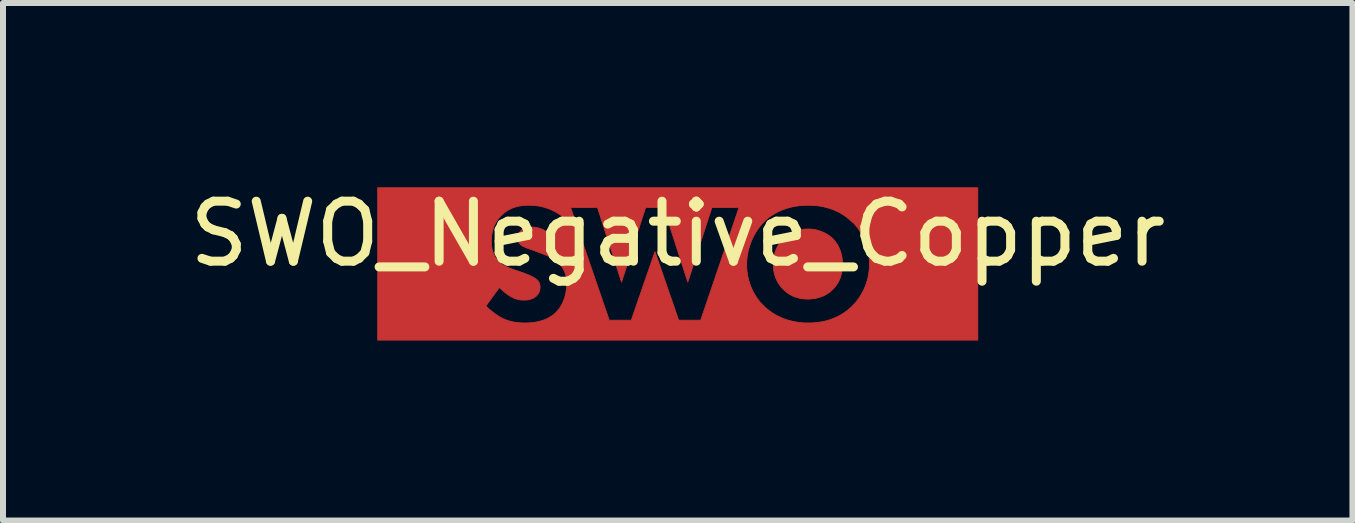
<source format=kicad_pcb>
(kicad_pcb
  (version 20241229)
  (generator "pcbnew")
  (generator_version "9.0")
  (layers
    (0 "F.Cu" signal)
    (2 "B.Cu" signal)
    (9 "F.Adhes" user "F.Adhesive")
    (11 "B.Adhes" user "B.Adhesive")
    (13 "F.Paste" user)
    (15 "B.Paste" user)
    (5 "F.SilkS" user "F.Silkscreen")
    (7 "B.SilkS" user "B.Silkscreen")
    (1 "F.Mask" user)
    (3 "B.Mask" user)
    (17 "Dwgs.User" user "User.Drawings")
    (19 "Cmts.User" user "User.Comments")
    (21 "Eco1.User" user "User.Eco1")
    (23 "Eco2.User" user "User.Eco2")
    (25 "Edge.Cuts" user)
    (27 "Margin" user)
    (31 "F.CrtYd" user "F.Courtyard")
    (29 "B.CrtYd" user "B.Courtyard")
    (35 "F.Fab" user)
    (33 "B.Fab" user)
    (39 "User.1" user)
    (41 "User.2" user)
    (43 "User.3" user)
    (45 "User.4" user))
  (footprint "SWO_Negative_Copper"
    (layer "F.Cu")
    (at 8.244 1.348)
    (property "Reference" "SWO_Negative_Copper" (at 0 -0.5 0) (unlocked yes) (layer "F.SilkS") (effects (font (size 1 1) (thickness 0.15))))
    (fp_poly (pts (xy 2.201 -0.581) (xy 2.232 -0.579) (xy 2.263 -0.575) (xy 2.294 -0.57) (xy 2.323 -0.563) (xy 2.352 -0.555) (xy 2.38 -0.546) (xy 2.407 -0.535) (xy 2.433 -0.524) (xy 2.458 -0.511) (xy 2.482 -0.498) (xy 2.505 -0.484) (xy 2.527 -0.469) (xy 2.548 -0.453) (xy 2.567 -0.437) (xy 2.585 -0.42) (xy 2.6 -0.403) (xy 2.616 -0.385) (xy 2.631 -0.366) (xy 2.646 -0.345) (xy 2.66 -0.323) (xy 2.673 -0.3) (xy 2.686 -0.275) (xy 2.698 -0.249) (xy 2.708 -0.222) (xy 2.718 -0.193) (xy 2.726 -0.164) (xy 2.734 -0.133) (xy 2.739 -0.1) (xy 2.743 -0.067) (xy 2.746 -0.032) (xy 2.747 0.004) (xy 2.747 0.023) (xy 2.746 0.043) (xy 2.745 0.062) (xy 2.743 0.08) (xy 2.741 0.099) (xy 2.738 0.116) (xy 2.735 0.133) (xy 2.732 0.15) (xy 2.728 0.166) (xy 2.724 0.182) (xy 2.72 0.197) (xy 2.715 0.212) (xy 2.705 0.241) (xy 2.694 0.268) (xy 2.681 0.293) (xy 2.669 0.316) (xy 2.655 0.338) (xy 2.641 0.358) (xy 2.627 0.377) (xy 2.613 0.394) (xy 2.599 0.409) (xy 2.585 0.423) (xy 2.568 0.44) (xy 2.549 0.457) (xy 2.53 0.472) (xy 2.509 0.487) (xy 2.487 0.502) (xy 2.464 0.515) (xy 2.44 0.527) (xy 2.415 0.539) (xy 2.388 0.549) (xy 2.361 0.558) (xy 2.332 0.566) (xy 2.301 0.573) (xy 2.27 0.578) (xy 2.237 0.582) (xy 2.204 0.585) (xy 2.168 0.586) (xy 2.141 0.585) (xy 2.115 0.584) (xy 2.088 0.581) (xy 2.061 0.578) (xy 2.035 0.573) (xy 2.009 0.567) (xy 1.984 0.56) (xy 1.958 0.552) (xy 1.933 0.542) (xy 1.908 0.531) (xy 1.884 0.518) (xy 1.859 0.504) (xy 1.836 0.488) (xy 1.812 0.47) (xy 1.789 0.451) (xy 1.766 0.43) (xy 1.745 0.409) (xy 1.725 0.387) (xy 1.707 0.364) (xy 1.69 0.341) (xy 1.675 0.317) (xy 1.66 0.292) (xy 1.648 0.267) (xy 1.636 0.241) (xy 1.626 0.215) (xy 1.617 0.187) (xy 1.61 0.159) (xy 1.604 0.13) (xy 1.599 0.101) (xy 1.596 0.07) (xy 1.594 0.039) (xy 1.593 0.007) (xy 1.594 -0.012) (xy 1.594 -0.031) (xy 1.596 -0.05) (xy 1.597 -0.068) (xy 1.599 -0.086) (xy 1.602 -0.103) (xy 1.605 -0.12) (xy 1.608 -0.137) (xy 1.616 -0.169) (xy 1.624 -0.199) (xy 1.635 -0.228) (xy 1.646 -0.255) (xy 1.658 -0.281) (xy 1.671 -0.306) (xy 1.685 -0.328) (xy 1.699 -0.35) (xy 1.714 -0.369) (xy 1.729 -0.388) (xy 1.744 -0.405) (xy 1.759 -0.42) (xy 1.756 -0.42) (xy 1.775 -0.438) (xy 1.796 -0.456) (xy 1.817 -0.473) (xy 1.839 -0.488) (xy 1.862 -0.503) (xy 1.886 -0.516) (xy 1.91 -0.528) (xy 1.936 -0.539) (xy 1.962 -0.549) (xy 1.989 -0.558) (xy 2.017 -0.565) (xy 2.045 -0.571) (xy 2.075 -0.576) (xy 2.105 -0.579) (xy 2.136 -0.581) (xy 2.168 -0.582)) (stroke (width 0.013) (type solid)) (fill yes) (layer "F.Cu"))
    (fp_poly (pts (xy 5.001 1.27) (xy -5 1.27) (xy -5 0.702) (xy -3.197 0.702) (xy -3.169 0.729) (xy -3.138 0.757) (xy -3.104 0.785) (xy -3.069 0.812) (xy -3.032 0.839) (xy -3.014 0.852) (xy -2.995 0.864) (xy -2.977 0.875) (xy -2.958 0.887) (xy -2.94 0.897) (xy -2.922 0.907) (xy -2.9 0.917) (xy -2.877 0.926) (xy -2.855 0.935) (xy -2.832 0.943) (xy -2.809 0.95) (xy -2.786 0.956) (xy -2.764 0.962) (xy -2.74 0.967) (xy -2.717 0.971) (xy -2.694 0.975) (xy -2.67 0.978) (xy -2.646 0.98) (xy -2.622 0.982) (xy -2.598 0.983) (xy -2.573 0.984) (xy -2.548 0.984) (xy -2.497 0.983) (xy -2.467 0.982) (xy -2.436 0.979) (xy -2.403 0.976) (xy -2.369 0.97) (xy -2.334 0.964) (xy -2.298 0.955) (xy -2.261 0.944) (xy -2.224 0.932) (xy -2.188 0.916) (xy -2.151 0.898) (xy -2.116 0.877) (xy -2.098 0.865) (xy -2.081 0.853) (xy -2.064 0.839) (xy -2.047 0.825) (xy -2.031 0.81) (xy -2.015 0.794) (xy -1.997 0.774) (xy -1.98 0.752) (xy -1.964 0.729) (xy -1.948 0.705) (xy -1.933 0.679) (xy -1.92 0.653) (xy -1.907 0.625) (xy -1.896 0.595) (xy -1.885 0.565) (xy -1.876 0.534) (xy -1.868 0.501) (xy -1.862 0.468) (xy -1.857 0.434) (xy -1.853 0.4) (xy -1.85 0.364) (xy -1.85 0.328) (xy -1.85 0.307) (xy -1.851 0.286) (xy -1.853 0.264) (xy -1.856 0.242) (xy -1.86 0.22) (xy -1.864 0.197) (xy -1.87 0.175) (xy -1.877 0.152) (xy -1.886 0.13) (xy -1.896 0.107) (xy -1.907 0.085) (xy -1.92 0.063) (xy -1.934 0.041) (xy -1.95 0.02) (xy -1.968 -0.001) (xy -1.987 -0.021) (xy -2.001 -0.034) (xy -2.016 -0.046) (xy -2.032 -0.058) (xy -2.047 -0.069) (xy -2.063 -0.08) (xy -2.08 -0.09) (xy -2.097 -0.099) (xy -2.113 -0.108) (xy -2.13 -0.117) (xy -2.147 -0.125) (xy -2.181 -0.14) (xy -2.213 -0.153) (xy -2.245 -0.166) (xy -2.386 -0.219) (xy -2.47 -0.249) (xy -2.504 -0.261) (xy -2.52 -0.267) (xy -2.535 -0.273) (xy -2.548 -0.279) (xy -2.561 -0.285) (xy -2.573 -0.29) (xy -2.584 -0.297) (xy -2.594 -0.303) (xy -2.604 -0.31) (xy -2.613 -0.317) (xy -2.622 -0.325) (xy -2.627 -0.33) (xy -2.632 -0.335) (xy -2.637 -0.341) (xy -2.641 -0.347) (xy -2.645 -0.352) (xy -2.648 -0.358) (xy -2.651 -0.365) (xy -2.654 -0.371) (xy -2.657 -0.377) (xy -2.659 -0.384) (xy -2.66 -0.391) (xy -2.662 -0.398) (xy -2.663 -0.406) (xy -2.664 -0.414) (xy -2.664 -0.422) (xy -2.665 -0.43) (xy -2.664 -0.44) (xy -2.664 -0.449) (xy -2.662 -0.457) (xy -2.661 -0.466) (xy -2.659 -0.474) (xy -2.656 -0.483) (xy -2.654 -0.491) (xy -2.651 -0.498) (xy -2.647 -0.506) (xy -2.643 -0.513) (xy -2.639 -0.52) (xy -2.635 -0.527) (xy -2.63 -0.533) (xy -2.625 -0.539) (xy -2.62 -0.545) (xy -2.615 -0.55) (xy -2.611 -0.555) (xy -2.606 -0.56) (xy -2.601 -0.565) (xy -2.596 -0.569) (xy -2.585 -0.577) (xy -2.574 -0.584) (xy -2.563 -0.59) (xy -2.551 -0.595) (xy -2.539 -0.6) (xy -2.527 -0.603) (xy -2.515 -0.606) (xy -2.503 -0.609) (xy -2.491 -0.61) (xy -2.479 -0.612) (xy -2.467 -0.613) (xy -2.455 -0.613) (xy -2.432 -0.614) (xy -2.408 -0.613) (xy -2.394 -0.612) (xy -2.378 -0.611) (xy -2.362 -0.608) (xy -2.344 -0.605) (xy -2.325 -0.6) (xy -2.305 -0.594) (xy -2.284 -0.587) (xy -2.262 -0.578) (xy -2.239 -0.567) (xy -2.215 -0.554) (xy -2.191 -0.539) (xy -2.166 -0.522) (xy -2.14 -0.502) (xy -2.114 -0.48) (xy -2.114 -0.473) (xy -1.92 -0.79) (xy -1.961 -0.82) (xy -2.002 -0.846) (xy -2.042 -0.869) (xy -2.081 -0.889) (xy -2.12 -0.907) (xy -2.158 -0.922) (xy -2.196 -0.935) (xy -2.219 -0.942) (xy -1.786 -0.942) (xy -1.141 0.938) (xy -0.774 0.938) (xy -0.379 -0.205) (xy 0.016 0.938) (xy 0.383 0.938) (xy 0.698 0.011) (xy 1.149 0.011) (xy 1.15 0.062) (xy 1.154 0.113) (xy 1.161 0.163) (xy 1.169 0.212) (xy 1.181 0.26) (xy 1.194 0.308) (xy 1.21 0.354) (xy 1.228 0.4) (xy 1.248 0.444) (xy 1.27 0.486) (xy 1.294 0.527) (xy 1.32 0.567) (xy 1.348 0.605) (xy 1.377 0.642) (xy 1.409 0.676) (xy 1.442 0.709) (xy 1.469 0.734) (xy 1.499 0.759) (xy 1.532 0.784) (xy 1.566 0.809) (xy 1.603 0.832) (xy 1.643 0.855) (xy 1.685 0.877) (xy 1.729 0.897) (xy 1.776 0.916) (xy 1.826 0.933) (xy 1.877 0.947) (xy 1.932 0.96) (xy 1.989 0.97) (xy 2.048 0.978) (xy 2.111 0.983) (xy 2.175 0.984) (xy 2.233 0.983) (xy 2.29 0.979) (xy 2.344 0.973) (xy 2.397 0.965) (xy 2.448 0.955) (xy 2.497 0.942) (xy 2.544 0.927) (xy 2.59 0.91) (xy 2.635 0.891) (xy 2.678 0.871) (xy 2.719 0.848) (xy 2.758 0.824) (xy 2.797 0.797) (xy 2.833 0.77) (xy 2.868 0.74) (xy 2.902 0.709) (xy 2.939 0.671) (xy 2.973 0.632) (xy 3.004 0.592) (xy 3.033 0.551) (xy 3.059 0.508) (xy 3.083 0.465) (xy 3.105 0.421) (xy 3.124 0.376) (xy 3.141 0.331) (xy 3.155 0.285) (xy 3.168 0.238) (xy 3.178 0.192) (xy 3.185 0.145) (xy 3.191 0.098) (xy 3.194 0.051) (xy 3.195 0.004) (xy 3.194 -0.051) (xy 3.19 -0.104) (xy 3.183 -0.156) (xy 3.174 -0.207) (xy 3.163 -0.257) (xy 3.149 -0.305) (xy 3.133 -0.352) (xy 3.115 -0.398) (xy 3.095 -0.442) (xy 3.072 -0.485) (xy 3.048 -0.526) (xy 3.022 -0.566) (xy 2.995 -0.604) (xy 2.965 -0.641) (xy 2.935 -0.676) (xy 2.902 -0.709) (xy 2.902 -0.702) (xy 2.866 -0.735) (xy 2.829 -0.767) (xy 2.791 -0.796) (xy 2.751 -0.822) (xy 2.71 -0.847) (xy 2.667 -0.87) (xy 2.624 -0.89) (xy 2.579 -0.908) (xy 2.532 -0.925) (xy 2.485 -0.938) (xy 2.436 -0.95) (xy 2.386 -0.96) (xy 2.335 -0.968) (xy 2.283 -0.973) (xy 2.23 -0.976) (xy 2.175 -0.977) (xy 2.141 -0.977) (xy 2.106 -0.975) (xy 2.073 -0.973) (xy 2.041 -0.971) (xy 2.009 -0.967) (xy 1.978 -0.963) (xy 1.948 -0.958) (xy 1.919 -0.952) (xy 1.89 -0.946) (xy 1.863 -0.939) (xy 1.836 -0.932) (xy 1.81 -0.924) (xy 1.76 -0.906) (xy 1.713 -0.887) (xy 1.669 -0.867) (xy 1.628 -0.845) (xy 1.589 -0.822) (xy 1.554 -0.799) (xy 1.521 -0.775) (xy 1.491 -0.75) (xy 1.463 -0.726) (xy 1.438 -0.702) (xy 1.407 -0.669) (xy 1.377 -0.634) (xy 1.349 -0.597) (xy 1.322 -0.558) (xy 1.296 -0.517) (xy 1.272 -0.475) (xy 1.25 -0.431) (xy 1.23 -0.385) (xy 1.212 -0.339) (xy 1.196 -0.291) (xy 1.182 -0.243) (xy 1.17 -0.193) (xy 1.161 -0.143) (xy 1.154 -0.092) (xy 1.15 -0.041) (xy 1.149 0.011) (xy 0.698 0.011) (xy 1.022 -0.942) (xy 0.57 -0.942) (xy 0.168 0.303) (xy -0.234 -0.942) (xy -0.534 -0.942) (xy -0.936 0.303) (xy -1.338 -0.942) (xy -1.786 -0.942) (xy -2.219 -0.942) (xy -2.232 -0.946) (xy -2.267 -0.955) (xy -2.302 -0.962) (xy -2.335 -0.967) (xy -2.366 -0.971) (xy -2.396 -0.974) (xy -2.425 -0.976) (xy -2.478 -0.977) (xy -2.51 -0.977) (xy -2.543 -0.975) (xy -2.575 -0.973) (xy -2.606 -0.969) (xy -2.637 -0.964) (xy -2.667 -0.958) (xy -2.697 -0.95) (xy -2.726 -0.941) (xy -2.755 -0.93) (xy -2.784 -0.918) (xy -2.811 -0.904) (xy -2.839 -0.888) (xy -2.866 -0.87) (xy -2.892 -0.85) (xy -2.918 -0.828) (xy -2.943 -0.804) (xy -2.964 -0.782) (xy -2.983 -0.76) (xy -3 -0.736) (xy -3.016 -0.712) (xy -3.031 -0.688) (xy -3.044 -0.663) (xy -3.056 -0.637) (xy -3.067 -0.611) (xy -3.076 -0.584) (xy -3.084 -0.557) (xy -3.091 -0.529) (xy -3.096 -0.501) (xy -3.1 -0.472) (xy -3.103 -0.442) (xy -3.105 -0.412) (xy -3.106 -0.381) (xy -3.105 -0.345) (xy -3.104 -0.325) (xy -3.102 -0.305) (xy -3.099 -0.285) (xy -3.096 -0.264) (xy -3.092 -0.243) (xy -3.086 -0.221) (xy -3.08 -0.199) (xy -3.072 -0.177) (xy -3.063 -0.156) (xy -3.052 -0.134) (xy -3.04 -0.113) (xy -3.026 -0.093) (xy -3.01 -0.072) (xy -3.002 -0.063) (xy -2.993 -0.053) (xy -2.979 -0.039) (xy -2.965 -0.026) (xy -2.95 -0.013) (xy -2.935 -0.001) (xy -2.919 0.009) (xy -2.902 0.02) (xy -2.886 0.029) (xy -2.869 0.038) (xy -2.852 0.047) (xy -2.834 0.055) (xy -2.8 0.07) (xy -2.765 0.083) (xy -2.732 0.095) (xy -2.576 0.148) (xy -2.527 0.168) (xy -2.497 0.18) (xy -2.466 0.193) (xy -2.435 0.207) (xy -2.42 0.215) (xy -2.405 0.223) (xy -2.392 0.23) (xy -2.379 0.238) (xy -2.368 0.246) (xy -2.358 0.254) (xy -2.351 0.26) (xy -2.344 0.266) (xy -2.337 0.273) (xy -2.331 0.279) (xy -2.326 0.286) (xy -2.321 0.294) (xy -2.316 0.301) (xy -2.311 0.309) (xy -2.307 0.317) (xy -2.304 0.326) (xy -2.301 0.335) (xy -2.299 0.345) (xy -2.297 0.355) (xy -2.295 0.365) (xy -2.294 0.376) (xy -2.294 0.388) (xy -2.294 0.395) (xy -2.295 0.401) (xy -2.295 0.407) (xy -2.296 0.414) (xy -2.296 0.42) (xy -2.297 0.426) (xy -2.298 0.431) (xy -2.3 0.437) (xy -2.301 0.443) (xy -2.303 0.448) (xy -2.306 0.459) (xy -2.31 0.469) (xy -2.314 0.478) (xy -2.319 0.488) (xy -2.325 0.496) (xy -2.33 0.505) (xy -2.336 0.513) (xy -2.342 0.52) (xy -2.348 0.527) (xy -2.355 0.534) (xy -2.361 0.54) (xy -2.373 0.549) (xy -2.386 0.558) (xy -2.398 0.565) (xy -2.411 0.572) (xy -2.424 0.578) (xy -2.437 0.583) (xy -2.45 0.588) (xy -2.463 0.591) (xy -2.475 0.595) (xy -2.488 0.597) (xy -2.501 0.599) (xy -2.513 0.601) (xy -2.525 0.602) (xy -2.537 0.603) (xy -2.548 0.603) (xy -2.559 0.603) (xy -2.575 0.603) (xy -2.591 0.602) (xy -2.607 0.601) (xy -2.622 0.599) (xy -2.638 0.597) (xy -2.653 0.594) (xy -2.668 0.591) (xy -2.682 0.587) (xy -2.697 0.583) (xy -2.711 0.578) (xy -2.725 0.572) (xy -2.739 0.566) (xy -2.753 0.559) (xy -2.767 0.552) (xy -2.781 0.545) (xy -2.795 0.536) (xy -2.805 0.53) (xy -2.816 0.523) (xy -2.827 0.515) (xy -2.838 0.507) (xy -2.861 0.49) (xy -2.885 0.471) (xy -2.908 0.451) (xy -2.931 0.431) (xy -2.952 0.411) (xy -2.972 0.392) (xy -3.197 0.702) (xy -5 0.702) (xy -5 -1.27) (xy 5.001 -1.27)) (stroke (width 0.013) (type solid)) (fill yes) (layer "F.Cu")))
  (gr_rect
    (start -3 -3)
    (end 19.488 5.625)
    (stroke (width 0.1) (type default))
    (fill no)
    (layer "Edge.Cuts")))
</source>
